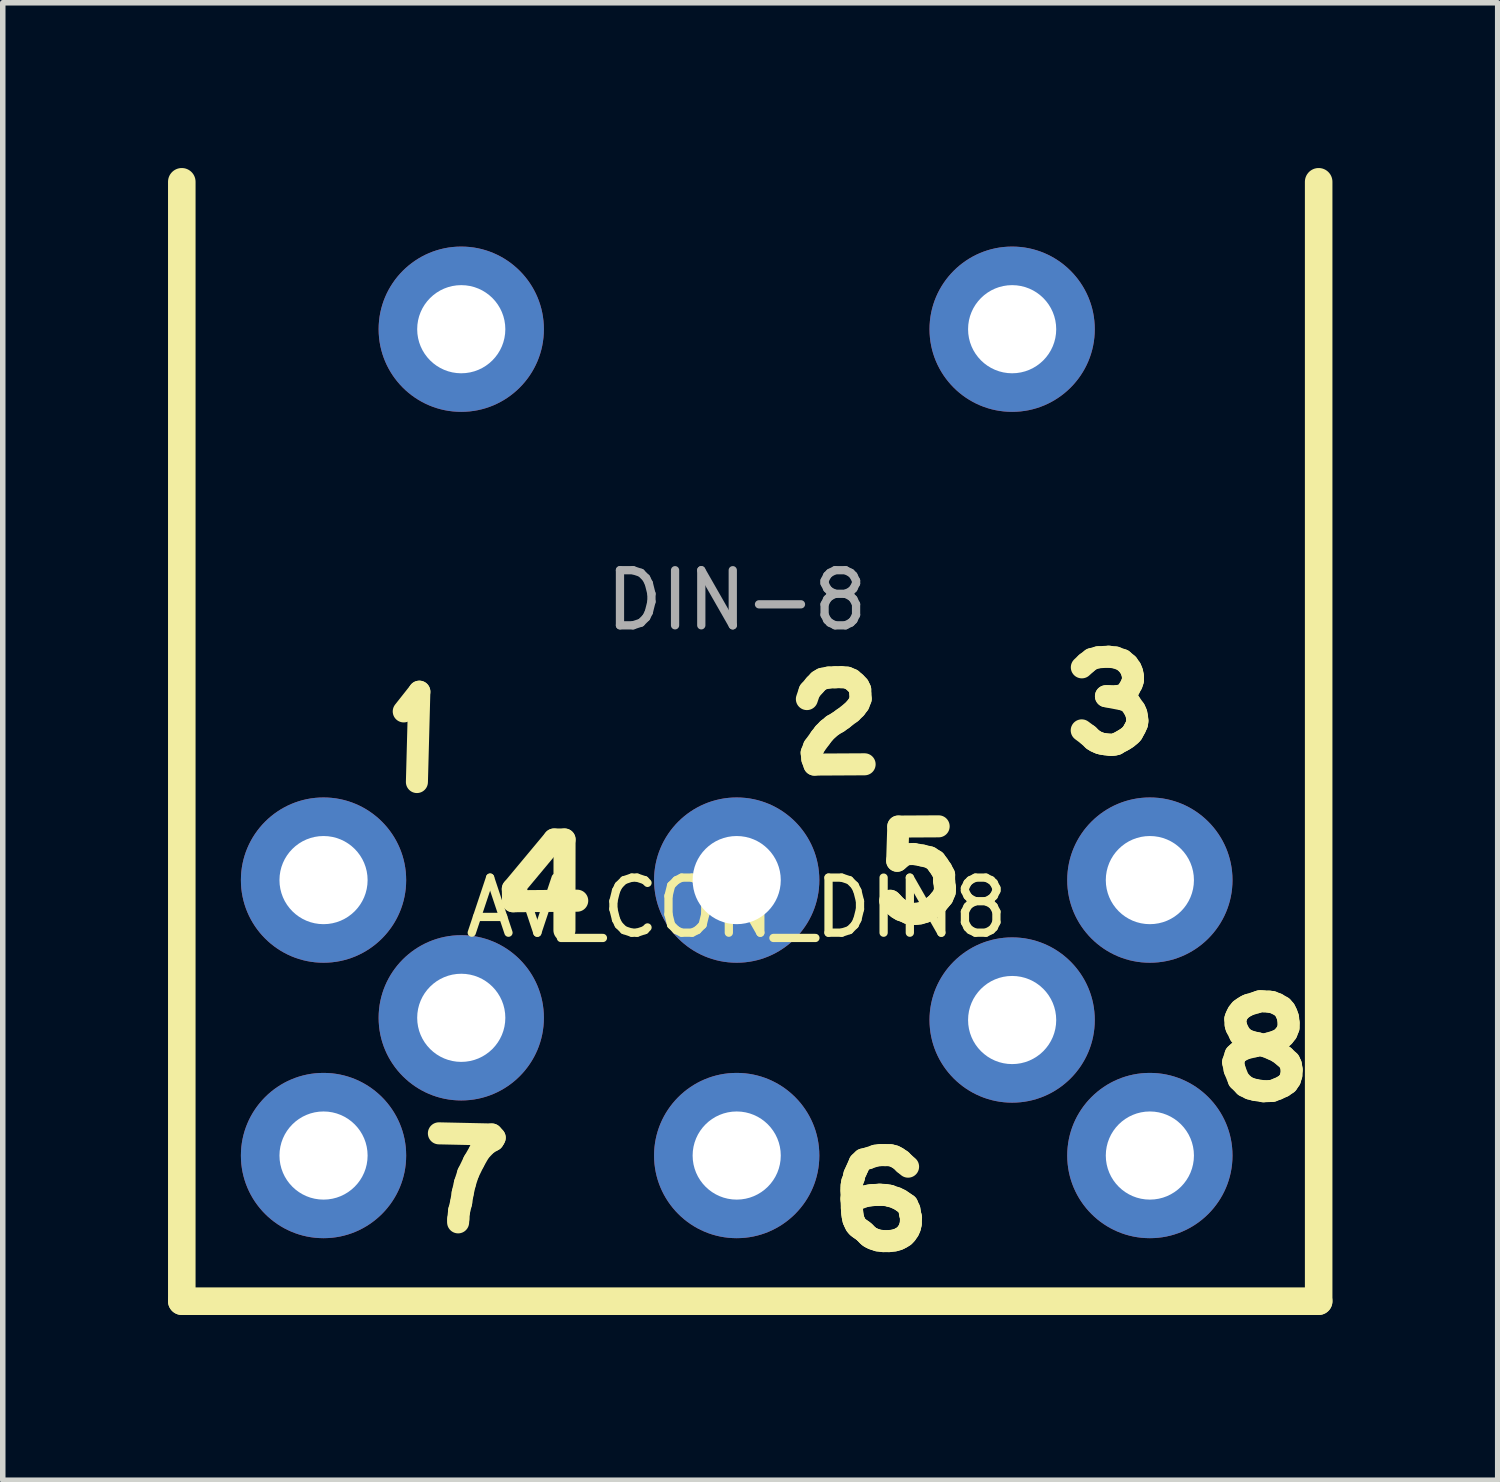
<source format=kicad_pcb>
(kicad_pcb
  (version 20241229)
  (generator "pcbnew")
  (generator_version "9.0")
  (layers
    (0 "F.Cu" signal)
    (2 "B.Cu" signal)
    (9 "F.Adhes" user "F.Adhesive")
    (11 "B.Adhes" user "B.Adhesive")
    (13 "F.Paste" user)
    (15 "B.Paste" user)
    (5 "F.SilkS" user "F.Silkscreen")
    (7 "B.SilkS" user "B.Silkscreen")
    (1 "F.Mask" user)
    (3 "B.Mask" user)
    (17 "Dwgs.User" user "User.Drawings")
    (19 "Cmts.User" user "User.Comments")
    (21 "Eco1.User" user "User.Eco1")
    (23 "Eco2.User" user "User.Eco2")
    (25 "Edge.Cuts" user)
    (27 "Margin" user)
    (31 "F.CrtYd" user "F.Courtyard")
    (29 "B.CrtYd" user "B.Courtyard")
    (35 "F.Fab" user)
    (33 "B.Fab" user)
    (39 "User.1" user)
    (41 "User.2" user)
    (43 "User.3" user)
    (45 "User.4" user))
  (footprint "AV_CON_DIN8"
    (layer "F.Cu")
    (at 10.323 12.926)
    (property "Reference" "AV_CON_DIN8" (at 0 0.5 0) (layer "F.SilkS") (effects (font (size 1 1) (thickness 0.15))))
    (attr through_hole)
    (fp_line (start -10.073 -12.676) (end -10.073 7.644) (stroke (width 0.5) (type solid)) (layer "F.SilkS"))
    (fp_line (start -10.073 7.644) (end 10.564 7.644) (stroke (width 0.5) (type solid)) (layer "F.SilkS"))
    (fp_line (start -6.044 -3.062) (end -5.761 -3.42) (stroke (width 0.4) (type solid)) (layer "F.SilkS"))
    (fp_line (start -5.761 -3.42) (end -5.805 -1.78) (stroke (width 0.4) (type solid)) (layer "F.SilkS"))
    (fp_line (start -5.406 4.597) (end -4.445 4.618) (stroke (width 0.4) (type solid)) (layer "F.SilkS"))
    (fp_line (start -5.054 6.155) (end -5.057 6.213) (stroke (width 0.4) (type solid)) (layer "F.SilkS"))
    (fp_line (start -5.039 6.005) (end -5.054 6.155) (stroke (width 0.4) (type solid)) (layer "F.SilkS"))
    (fp_line (start -5.002 5.855) (end -5.039 6.005) (stroke (width 0.4) (type solid)) (layer "F.SilkS"))
    (fp_line (start -4.974 5.681) (end -5.002 5.855) (stroke (width 0.4) (type solid)) (layer "F.SilkS"))
    (fp_line (start -4.934 5.506) (end -4.974 5.681) (stroke (width 0.4) (type solid)) (layer "F.SilkS"))
    (fp_line (start -4.876 5.325) (end -4.934 5.506) (stroke (width 0.4) (type solid)) (layer "F.SilkS"))
    (fp_line (start -4.772 5.111) (end -4.876 5.325) (stroke (width 0.4) (type solid)) (layer "F.SilkS"))
    (fp_line (start -4.665 4.924) (end -4.772 5.111) (stroke (width 0.4) (type solid)) (layer "F.SilkS"))
    (fp_line (start -4.536 4.79) (end -4.665 4.924) (stroke (width 0.4) (type solid)) (layer "F.SilkS"))
    (fp_line (start -4.445 4.618) (end -4.393 4.676) (stroke (width 0.4) (type solid)) (layer "F.SilkS"))
    (fp_line (start -4.42 4.722) (end -4.536 4.79) (stroke (width 0.4) (type solid)) (layer "F.SilkS"))
    (fp_line (start -4.393 4.676) (end -4.42 4.722) (stroke (width 0.4) (type solid)) (layer "F.SilkS"))
    (fp_line (start -4.064 0.162) (end -3.315 -0.737) (stroke (width 0.4) (type solid)) (layer "F.SilkS"))
    (fp_line (start -4.059 0.384) (end -4.064 0.162) (stroke (width 0.4) (type solid)) (layer "F.SilkS"))
    (fp_line (start -3.315 -0.737) (end -3.125 -0.737) (stroke (width 0.4) (type solid)) (layer "F.SilkS"))
    (fp_line (start -3.125 -0.737) (end -3.127 0.911) (stroke (width 0.4) (type solid)) (layer "F.SilkS"))
    (fp_line (start -2.895 0.374) (end -4.059 0.384) (stroke (width 0.4) (type solid)) (layer "F.SilkS"))
    (fp_line (start 1.274 -3.286) (end 1.323 -3.43) (stroke (width 0.4) (type solid)) (layer "F.SilkS"))
    (fp_line (start 1.323 -3.43) (end 1.42 -3.543) (stroke (width 0.4) (type solid)) (layer "F.SilkS"))
    (fp_line (start 1.361 -2.311) (end 1.373 -2.198) (stroke (width 0.4) (type solid)) (layer "F.SilkS"))
    (fp_line (start 1.373 -2.198) (end 1.41 -2.097) (stroke (width 0.4) (type solid)) (layer "F.SilkS"))
    (fp_line (start 1.403 -2.42) (end 1.361 -2.311) (stroke (width 0.4) (type solid)) (layer "F.SilkS"))
    (fp_line (start 1.41 -2.097) (end 2.322 -2.102) (stroke (width 0.4) (type solid)) (layer "F.SilkS"))
    (fp_line (start 1.42 -3.543) (end 1.49 -3.616) (stroke (width 0.4) (type solid)) (layer "F.SilkS"))
    (fp_line (start 1.49 -3.616) (end 1.554 -3.654) (stroke (width 0.4) (type solid)) (layer "F.SilkS"))
    (fp_line (start 1.521 -2.584) (end 1.403 -2.42) (stroke (width 0.4) (type solid)) (layer "F.SilkS"))
    (fp_line (start 1.554 -3.654) (end 1.669 -3.677) (stroke (width 0.4) (type solid)) (layer "F.SilkS"))
    (fp_line (start 1.585 -2.667) (end 1.521 -2.584) (stroke (width 0.4) (type solid)) (layer "F.SilkS"))
    (fp_line (start 1.655 -2.738) (end 1.585 -2.667) (stroke (width 0.4) (type solid)) (layer "F.SilkS"))
    (fp_line (start 1.669 -3.677) (end 1.785 -3.682) (stroke (width 0.4) (type solid)) (layer "F.SilkS"))
    (fp_line (start 1.745 -2.811) (end 1.655 -2.738) (stroke (width 0.4) (type solid)) (layer "F.SilkS"))
    (fp_line (start 1.785 -3.682) (end 1.9 -3.684) (stroke (width 0.4) (type solid)) (layer "F.SilkS"))
    (fp_line (start 1.841 -2.867) (end 1.745 -2.811) (stroke (width 0.4) (type solid)) (layer "F.SilkS"))
    (fp_line (start 1.9 -3.684) (end 2.004 -3.675) (stroke (width 0.4) (type solid)) (layer "F.SilkS"))
    (fp_line (start 1.924 -2.926) (end 1.841 -2.867) (stroke (width 0.4) (type solid)) (layer "F.SilkS"))
    (fp_line (start 2.004 -3.675) (end 2.086 -3.64) (stroke (width 0.4) (type solid)) (layer "F.SilkS"))
    (fp_line (start 2.079 -3.044) (end 1.924 -2.926) (stroke (width 0.4) (type solid)) (layer "F.SilkS"))
    (fp_line (start 2.084 5.617) (end 2.086 5.667) (stroke (width 0.4) (type solid)) (layer "F.SilkS"))
    (fp_line (start 2.084 5.798) (end 2.091 5.954) (stroke (width 0.4) (type solid)) (layer "F.SilkS"))
    (fp_line (start 2.086 5.548) (end 2.084 5.617) (stroke (width 0.4) (type solid)) (layer "F.SilkS"))
    (fp_line (start 2.086 5.667) (end 2.086 5.76) (stroke (width 0.4) (type solid)) (layer "F.SilkS"))
    (fp_line (start 2.086 5.76) (end 2.084 5.798) (stroke (width 0.4) (type solid)) (layer "F.SilkS"))
    (fp_line (start 2.086 -3.64) (end 2.155 -3.581) (stroke (width 0.4) (type solid)) (layer "F.SilkS"))
    (fp_line (start 2.091 5.954) (end 2.096 6.026) (stroke (width 0.4) (type solid)) (layer "F.SilkS"))
    (fp_line (start 2.096 5.484) (end 2.086 5.548) (stroke (width 0.4) (type solid)) (layer "F.SilkS"))
    (fp_line (start 2.096 6.026) (end 2.104 6.093) (stroke (width 0.4) (type solid)) (layer "F.SilkS"))
    (fp_line (start 2.104 6.093) (end 2.118 6.162) (stroke (width 0.4) (type solid)) (layer "F.SilkS"))
    (fp_line (start 2.118 6.162) (end 2.136 6.204) (stroke (width 0.4) (type solid)) (layer "F.SilkS"))
    (fp_line (start 2.127 5.399) (end 2.096 5.484) (stroke (width 0.4) (type solid)) (layer "F.SilkS"))
    (fp_line (start 2.136 5.347) (end 2.127 5.399) (stroke (width 0.4) (type solid)) (layer "F.SilkS"))
    (fp_line (start 2.136 6.204) (end 2.162 6.258) (stroke (width 0.4) (type solid)) (layer "F.SilkS"))
    (fp_line (start 2.155 -3.581) (end 2.211 -3.522) (stroke (width 0.4) (type solid)) (layer "F.SilkS"))
    (fp_line (start 2.157 -3.121) (end 2.079 -3.044) (stroke (width 0.4) (type solid)) (layer "F.SilkS"))
    (fp_line (start 2.162 6.258) (end 2.194 6.296) (stroke (width 0.4) (type solid)) (layer "F.SilkS"))
    (fp_line (start 2.171 5.271) (end 2.136 5.347) (stroke (width 0.4) (type solid)) (layer "F.SilkS"))
    (fp_line (start 2.194 6.296) (end 2.232 6.325) (stroke (width 0.4) (type solid)) (layer "F.SilkS"))
    (fp_line (start 2.202 5.204) (end 2.171 5.271) (stroke (width 0.4) (type solid)) (layer "F.SilkS"))
    (fp_line (start 2.211 -3.522) (end 2.242 -3.458) (stroke (width 0.4) (type solid)) (layer "F.SilkS"))
    (fp_line (start 2.214 -3.197) (end 2.157 -3.121) (stroke (width 0.4) (type solid)) (layer "F.SilkS"))
    (fp_line (start 2.231 5.133) (end 2.202 5.204) (stroke (width 0.4) (type solid)) (layer "F.SilkS"))
    (fp_line (start 2.232 6.325) (end 2.287 6.363) (stroke (width 0.4) (type solid)) (layer "F.SilkS"))
    (fp_line (start 2.242 -3.458) (end 2.244 -3.385) (stroke (width 0.4) (type solid)) (layer "F.SilkS"))
    (fp_line (start 2.244 -3.385) (end 2.251 -3.291) (stroke (width 0.4) (type solid)) (layer "F.SilkS"))
    (fp_line (start 2.251 -3.291) (end 2.214 -3.197) (stroke (width 0.4) (type solid)) (layer "F.SilkS"))
    (fp_line (start 2.287 6.363) (end 2.325 6.394) (stroke (width 0.4) (type solid)) (layer "F.SilkS"))
    (fp_line (start 2.296 5.071) (end 2.231 5.133) (stroke (width 0.4) (type solid)) (layer "F.SilkS"))
    (fp_line (start 2.305 5.745) (end 2.216 5.782) (stroke (width 0.4) (type solid)) (layer "F.SilkS"))
    (fp_line (start 2.325 6.394) (end 2.372 6.443) (stroke (width 0.4) (type solid)) (layer "F.SilkS"))
    (fp_line (start 2.372 6.443) (end 2.406 6.474) (stroke (width 0.4) (type solid)) (layer "F.SilkS"))
    (fp_line (start 2.383 5.05) (end 2.296 5.071) (stroke (width 0.4) (type solid)) (layer "F.SilkS"))
    (fp_line (start 2.406 6.474) (end 2.446 6.497) (stroke (width 0.4) (type solid)) (layer "F.SilkS"))
    (fp_line (start 2.412 5.724) (end 2.305 5.745) (stroke (width 0.4) (type solid)) (layer "F.SilkS"))
    (fp_line (start 2.446 6.497) (end 2.491 6.517) (stroke (width 0.4) (type solid)) (layer "F.SilkS"))
    (fp_line (start 2.47 5.718) (end 2.412 5.724) (stroke (width 0.4) (type solid)) (layer "F.SilkS"))
    (fp_line (start 2.491 6.517) (end 2.564 6.541) (stroke (width 0.4) (type solid)) (layer "F.SilkS"))
    (fp_line (start 2.519 5.003) (end 2.383 5.05) (stroke (width 0.4) (type solid)) (layer "F.SilkS"))
    (fp_line (start 2.564 6.541) (end 2.658 6.553) (stroke (width 0.4) (type solid)) (layer "F.SilkS"))
    (fp_line (start 2.569 5.713) (end 2.47 5.718) (stroke (width 0.4) (type solid)) (layer "F.SilkS"))
    (fp_line (start 2.602 5.711) (end 2.569 5.713) (stroke (width 0.4) (type solid)) (layer "F.SilkS"))
    (fp_line (start 2.604 4.992) (end 2.519 5.003) (stroke (width 0.4) (type solid)) (layer "F.SilkS"))
    (fp_line (start 2.658 6.553) (end 2.767 6.553) (stroke (width 0.4) (type solid)) (layer "F.SilkS"))
    (fp_line (start 2.689 5.716) (end 2.602 5.711) (stroke (width 0.4) (type solid)) (layer "F.SilkS"))
    (fp_line (start 2.696 4.992) (end 2.604 4.992) (stroke (width 0.4) (type solid)) (layer "F.SilkS"))
    (fp_line (start 2.761 5.727) (end 2.689 5.716) (stroke (width 0.4) (type solid)) (layer "F.SilkS"))
    (fp_line (start 2.767 6.553) (end 2.859 6.542) (stroke (width 0.4) (type solid)) (layer "F.SilkS"))
    (fp_line (start 2.787 5.733) (end 2.761 5.727) (stroke (width 0.4) (type solid)) (layer "F.SilkS"))
    (fp_line (start 2.792 4.994) (end 2.696 4.992) (stroke (width 0.4) (type solid)) (layer "F.SilkS"))
    (fp_line (start 2.794 0.378) (end 2.786 0.374) (stroke (width 0.4) (type solid)) (layer "F.SilkS"))
    (fp_line (start 2.829 0.414) (end 2.794 0.378) (stroke (width 0.4) (type solid)) (layer "F.SilkS"))
    (fp_line (start 2.853 0.445) (end 2.829 0.414) (stroke (width 0.4) (type solid)) (layer "F.SilkS"))
    (fp_line (start 2.859 6.542) (end 2.93 6.522) (stroke (width 0.4) (type solid)) (layer "F.SilkS"))
    (fp_line (start 2.861 5.012) (end 2.792 4.994) (stroke (width 0.4) (type solid)) (layer "F.SilkS"))
    (fp_line (start 2.885 0.473) (end 2.853 0.445) (stroke (width 0.4) (type solid)) (layer "F.SilkS"))
    (fp_line (start 2.897 5.771) (end 2.787 5.733) (stroke (width 0.4) (type solid)) (layer "F.SilkS"))
    (fp_line (start 2.913 -0.351) (end 3.06 -0.47) (stroke (width 0.4) (type solid)) (layer "F.SilkS"))
    (fp_line (start 2.917 5.042) (end 2.861 5.012) (stroke (width 0.4) (type solid)) (layer "F.SilkS"))
    (fp_line (start 2.925 0.509) (end 2.885 0.473) (stroke (width 0.4) (type solid)) (layer "F.SilkS"))
    (fp_line (start 2.93 6.522) (end 2.986 6.494) (stroke (width 0.4) (type solid)) (layer "F.SilkS"))
    (fp_line (start 2.933 -0.972) (end 2.913 -0.351) (stroke (width 0.4) (type solid)) (layer "F.SilkS"))
    (fp_line (start 2.97 5.807) (end 2.897 5.771) (stroke (width 0.4) (type solid)) (layer "F.SilkS"))
    (fp_line (start 2.985 0.545) (end 2.925 0.509) (stroke (width 0.4) (type solid)) (layer "F.SilkS"))
    (fp_line (start 2.986 5.088) (end 2.917 5.042) (stroke (width 0.4) (type solid)) (layer "F.SilkS"))
    (fp_line (start 2.986 6.494) (end 3.039 6.461) (stroke (width 0.4) (type solid)) (layer "F.SilkS"))
    (fp_line (start 3.031 5.849) (end 2.97 5.807) (stroke (width 0.4) (type solid)) (layer "F.SilkS"))
    (fp_line (start 3.039 5.142) (end 2.986 5.088) (stroke (width 0.4) (type solid)) (layer "F.SilkS"))
    (fp_line (start 3.039 6.461) (end 3.077 6.421) (stroke (width 0.4) (type solid)) (layer "F.SilkS"))
    (fp_line (start 3.044 0.565) (end 2.985 0.545) (stroke (width 0.4) (type solid)) (layer "F.SilkS"))
    (fp_line (start 3.06 -0.47) (end 3.212 -0.474) (stroke (width 0.4) (type solid)) (layer "F.SilkS"))
    (fp_line (start 3.077 6.421) (end 3.12 6.359) (stroke (width 0.4) (type solid)) (layer "F.SilkS"))
    (fp_line (start 3.095 5.892) (end 3.031 5.849) (stroke (width 0.4) (type solid)) (layer "F.SilkS"))
    (fp_line (start 3.111 5.202) (end 3.039 5.142) (stroke (width 0.4) (type solid)) (layer "F.SilkS"))
    (fp_line (start 3.12 0.601) (end 3.044 0.565) (stroke (width 0.4) (type solid)) (layer "F.SilkS"))
    (fp_line (start 3.12 6.359) (end 3.145 6.301) (stroke (width 0.4) (type solid)) (layer "F.SilkS"))
    (fp_line (start 3.135 5.981) (end 3.095 5.892) (stroke (width 0.4) (type solid)) (layer "F.SilkS"))
    (fp_line (start 3.145 6.301) (end 3.16 6.238) (stroke (width 0.4) (type solid)) (layer "F.SilkS"))
    (fp_line (start 3.147 6.057) (end 3.135 5.981) (stroke (width 0.4) (type solid)) (layer "F.SilkS"))
    (fp_line (start 3.16 6.238) (end 3.164 6.124) (stroke (width 0.4) (type solid)) (layer "F.SilkS"))
    (fp_line (start 3.164 6.124) (end 3.147 6.057) (stroke (width 0.4) (type solid)) (layer "F.SilkS"))
    (fp_line (start 3.18 0.617) (end 3.12 0.601) (stroke (width 0.4) (type solid)) (layer "F.SilkS"))
    (fp_line (start 3.212 -0.474) (end 3.371 -0.446) (stroke (width 0.4) (type solid)) (layer "F.SilkS"))
    (fp_line (start 3.244 0.613) (end 3.18 0.617) (stroke (width 0.4) (type solid)) (layer "F.SilkS"))
    (fp_line (start 3.323 0.605) (end 3.244 0.613) (stroke (width 0.4) (type solid)) (layer "F.SilkS"))
    (fp_line (start 3.371 -0.446) (end 3.502 -0.414) (stroke (width 0.4) (type solid)) (layer "F.SilkS"))
    (fp_line (start 3.407 0.581) (end 3.323 0.605) (stroke (width 0.4) (type solid)) (layer "F.SilkS"))
    (fp_line (start 3.454 0.557) (end 3.407 0.581) (stroke (width 0.4) (type solid)) (layer "F.SilkS"))
    (fp_line (start 3.502 -0.414) (end 3.602 -0.351) (stroke (width 0.4) (type solid)) (layer "F.SilkS"))
    (fp_line (start 3.526 0.509) (end 3.454 0.557) (stroke (width 0.4) (type solid)) (layer "F.SilkS"))
    (fp_line (start 3.602 -0.351) (end 3.658 -0.275) (stroke (width 0.4) (type solid)) (layer "F.SilkS"))
    (fp_line (start 3.606 0.453) (end 3.526 0.509) (stroke (width 0.4) (type solid)) (layer "F.SilkS"))
    (fp_line (start 3.638 0.425) (end 3.606 0.453) (stroke (width 0.4) (type solid)) (layer "F.SilkS"))
    (fp_line (start 3.658 -0.275) (end 3.717 -0.188) (stroke (width 0.4) (type solid)) (layer "F.SilkS"))
    (fp_line (start 3.666 -0.976) (end 2.933 -0.972) (stroke (width 0.4) (type solid)) (layer "F.SilkS"))
    (fp_line (start 3.689 0.362) (end 3.638 0.425) (stroke (width 0.4) (type solid)) (layer "F.SilkS"))
    (fp_line (start 3.717 -0.188) (end 3.765 -0.096) (stroke (width 0.4) (type solid)) (layer "F.SilkS"))
    (fp_line (start 3.737 0.306) (end 3.689 0.362) (stroke (width 0.4) (type solid)) (layer "F.SilkS"))
    (fp_line (start 3.765 -0.096) (end 3.765 0.015) (stroke (width 0.4) (type solid)) (layer "F.SilkS"))
    (fp_line (start 3.765 0.015) (end 3.781 0.139) (stroke (width 0.4) (type solid)) (layer "F.SilkS"))
    (fp_line (start 3.777 0.211) (end 3.737 0.306) (stroke (width 0.4) (type solid)) (layer "F.SilkS"))
    (fp_line (start 3.781 0.139) (end 3.777 0.211) (stroke (width 0.4) (type solid)) (layer "F.SilkS"))
    (fp_line (start 6.265 -3.862) (end 6.348 -3.939) (stroke (width 0.4) (type solid)) (layer "F.SilkS"))
    (fp_line (start 6.348 -3.939) (end 6.443 -4.012) (stroke (width 0.4) (type solid)) (layer "F.SilkS"))
    (fp_line (start 6.381 -2.63) (end 6.263 -2.718) (stroke (width 0.4) (type solid)) (layer "F.SilkS"))
    (fp_line (start 6.443 -4.012) (end 6.562 -4.045) (stroke (width 0.4) (type solid)) (layer "F.SilkS"))
    (fp_line (start 6.471 -2.546) (end 6.381 -2.63) (stroke (width 0.4) (type solid)) (layer "F.SilkS"))
    (fp_line (start 6.524 -2.514) (end 6.471 -2.546) (stroke (width 0.4) (type solid)) (layer "F.SilkS"))
    (fp_line (start 6.562 -4.045) (end 6.752 -4.055) (stroke (width 0.4) (type solid)) (layer "F.SilkS"))
    (fp_line (start 6.586 -2.487) (end 6.524 -2.514) (stroke (width 0.4) (type solid)) (layer "F.SilkS"))
    (fp_line (start 6.627 -2.476) (end 6.586 -2.487) (stroke (width 0.4) (type solid)) (layer "F.SilkS"))
    (fp_line (start 6.694 -2.465) (end 6.627 -2.476) (stroke (width 0.4) (type solid)) (layer "F.SilkS"))
    (fp_line (start 6.703 -3.338) (end 7.022 -3.276) (stroke (width 0.4) (type solid)) (layer "F.SilkS"))
    (fp_line (start 6.752 -4.055) (end 6.877 -4.041) (stroke (width 0.4) (type solid)) (layer "F.SilkS"))
    (fp_line (start 6.763 -2.458) (end 6.694 -2.465) (stroke (width 0.4) (type solid)) (layer "F.SilkS"))
    (fp_line (start 6.767 -3.336) (end 6.703 -3.338) (stroke (width 0.4) (type solid)) (layer "F.SilkS"))
    (fp_line (start 6.796 -2.456) (end 6.763 -2.458) (stroke (width 0.4) (type solid)) (layer "F.SilkS"))
    (fp_line (start 6.843 -2.458) (end 6.796 -2.456) (stroke (width 0.4) (type solid)) (layer "F.SilkS"))
    (fp_line (start 6.877 -4.041) (end 7.006 -3.994) (stroke (width 0.4) (type solid)) (layer "F.SilkS"))
    (fp_line (start 6.89 -2.467) (end 6.843 -2.458) (stroke (width 0.4) (type solid)) (layer "F.SilkS"))
    (fp_line (start 6.917 -3.34) (end 6.767 -3.336) (stroke (width 0.4) (type solid)) (layer "F.SilkS"))
    (fp_line (start 6.921 -2.487) (end 6.89 -2.467) (stroke (width 0.4) (type solid)) (layer "F.SilkS"))
    (fp_line (start 6.993 -2.525) (end 6.921 -2.487) (stroke (width 0.4) (type solid)) (layer "F.SilkS"))
    (fp_line (start 7.006 -3.994) (end 7.096 -3.918) (stroke (width 0.4) (type solid)) (layer "F.SilkS"))
    (fp_line (start 7.019 -3.363) (end 6.917 -3.34) (stroke (width 0.4) (type solid)) (layer "F.SilkS"))
    (fp_line (start 7.022 -3.276) (end 7.124 -3.238) (stroke (width 0.4) (type solid)) (layer "F.SilkS"))
    (fp_line (start 7.04 -2.552) (end 6.993 -2.525) (stroke (width 0.4) (type solid)) (layer "F.SilkS"))
    (fp_line (start 7.075 -3.398) (end 7.019 -3.363) (stroke (width 0.4) (type solid)) (layer "F.SilkS"))
    (fp_line (start 7.089 -2.584) (end 7.04 -2.552) (stroke (width 0.4) (type solid)) (layer "F.SilkS"))
    (fp_line (start 7.096 -3.918) (end 7.151 -3.84) (stroke (width 0.4) (type solid)) (layer "F.SilkS"))
    (fp_line (start 7.124 -3.474) (end 7.075 -3.398) (stroke (width 0.4) (type solid)) (layer "F.SilkS"))
    (fp_line (start 7.124 -3.238) (end 7.225 -3.092) (stroke (width 0.4) (type solid)) (layer "F.SilkS"))
    (fp_line (start 7.145 -2.63) (end 7.089 -2.584) (stroke (width 0.4) (type solid)) (layer "F.SilkS"))
    (fp_line (start 7.151 -3.84) (end 7.178 -3.773) (stroke (width 0.4) (type solid)) (layer "F.SilkS"))
    (fp_line (start 7.171 -3.561) (end 7.124 -3.474) (stroke (width 0.4) (type solid)) (layer "F.SilkS"))
    (fp_line (start 7.178 -3.773) (end 7.193 -3.7) (stroke (width 0.4) (type solid)) (layer "F.SilkS"))
    (fp_line (start 7.18 -2.666) (end 7.145 -2.63) (stroke (width 0.4) (type solid)) (layer "F.SilkS"))
    (fp_line (start 7.193 -3.7) (end 7.193 -3.628) (stroke (width 0.4) (type solid)) (layer "F.SilkS"))
    (fp_line (start 7.193 -3.628) (end 7.171 -3.561) (stroke (width 0.4) (type solid)) (layer "F.SilkS"))
    (fp_line (start 7.211 -2.724) (end 7.18 -2.666) (stroke (width 0.4) (type solid)) (layer "F.SilkS"))
    (fp_line (start 7.225 -3.092) (end 7.254 -3.025) (stroke (width 0.4) (type solid)) (layer "F.SilkS"))
    (fp_line (start 7.238 -2.773) (end 7.211 -2.724) (stroke (width 0.4) (type solid)) (layer "F.SilkS"))
    (fp_line (start 7.254 -3.025) (end 7.267 -2.954) (stroke (width 0.4) (type solid)) (layer "F.SilkS"))
    (fp_line (start 7.267 -2.954) (end 7.274 -2.892) (stroke (width 0.4) (type solid)) (layer "F.SilkS"))
    (fp_line (start 7.267 -2.838) (end 7.238 -2.773) (stroke (width 0.4) (type solid)) (layer "F.SilkS"))
    (fp_line (start 7.274 -2.892) (end 7.267 -2.838) (stroke (width 0.4) (type solid)) (layer "F.SilkS"))
    (fp_line (start 9.011 3.305) (end 9.039 3.441) (stroke (width 0.4) (type solid)) (layer "F.SilkS"))
    (fp_line (start 9.039 3.441) (end 9.113 3.626) (stroke (width 0.4) (type solid)) (layer "F.SilkS"))
    (fp_line (start 9.051 2.523) (end 9.069 2.472) (stroke (width 0.4) (type solid)) (layer "F.SilkS"))
    (fp_line (start 9.055 3.17) (end 9.011 3.305) (stroke (width 0.4) (type solid)) (layer "F.SilkS"))
    (fp_line (start 9.057 2.623) (end 9.051 2.523) (stroke (width 0.4) (type solid)) (layer "F.SilkS"))
    (fp_line (start 9.069 2.472) (end 9.1 2.41) (stroke (width 0.4) (type solid)) (layer "F.SilkS"))
    (fp_line (start 9.071 2.673) (end 9.057 2.623) (stroke (width 0.4) (type solid)) (layer "F.SilkS"))
    (fp_line (start 9.1 2.41) (end 9.145 2.353) (stroke (width 0.4) (type solid)) (layer "F.SilkS"))
    (fp_line (start 9.109 3.121) (end 9.055 3.17) (stroke (width 0.4) (type solid)) (layer "F.SilkS"))
    (fp_line (start 9.113 3.626) (end 9.223 3.737) (stroke (width 0.4) (type solid)) (layer "F.SilkS"))
    (fp_line (start 9.138 2.807) (end 9.071 2.673) (stroke (width 0.4) (type solid)) (layer "F.SilkS"))
    (fp_line (start 9.145 2.353) (end 9.194 2.318) (stroke (width 0.4) (type solid)) (layer "F.SilkS"))
    (fp_line (start 9.194 2.318) (end 9.247 2.285) (stroke (width 0.4) (type solid)) (layer "F.SilkS"))
    (fp_line (start 9.194 2.865) (end 9.138 2.807) (stroke (width 0.4) (type solid)) (layer "F.SilkS"))
    (fp_line (start 9.223 3.737) (end 9.319 3.785) (stroke (width 0.4) (type solid)) (layer "F.SilkS"))
    (fp_line (start 9.227 3.059) (end 9.109 3.121) (stroke (width 0.4) (type solid)) (layer "F.SilkS"))
    (fp_line (start 9.247 2.285) (end 9.292 2.264) (stroke (width 0.4) (type solid)) (layer "F.SilkS"))
    (fp_line (start 9.261 2.907) (end 9.194 2.865) (stroke (width 0.4) (type solid)) (layer "F.SilkS"))
    (fp_line (start 9.292 2.264) (end 9.437 2.22) (stroke (width 0.4) (type solid)) (layer "F.SilkS"))
    (fp_line (start 9.319 3.785) (end 9.41 3.809) (stroke (width 0.4) (type solid)) (layer "F.SilkS"))
    (fp_line (start 9.365 2.943) (end 9.261 2.907) (stroke (width 0.4) (type solid)) (layer "F.SilkS"))
    (fp_line (start 9.399 3.017) (end 9.227 3.059) (stroke (width 0.4) (type solid)) (layer "F.SilkS"))
    (fp_line (start 9.41 3.809) (end 9.562 3.833) (stroke (width 0.4) (type solid)) (layer "F.SilkS"))
    (fp_line (start 9.437 2.22) (end 9.497 2.199) (stroke (width 0.4) (type solid)) (layer "F.SilkS"))
    (fp_line (start 9.462 2.963) (end 9.365 2.943) (stroke (width 0.4) (type solid)) (layer "F.SilkS"))
    (fp_line (start 9.497 2.199) (end 9.551 2.199) (stroke (width 0.4) (type solid)) (layer "F.SilkS"))
    (fp_line (start 9.557 2.99) (end 9.399 3.017) (stroke (width 0.4) (type solid)) (layer "F.SilkS"))
    (fp_line (start 9.562 3.833) (end 9.722 3.827) (stroke (width 0.4) (type solid)) (layer "F.SilkS"))
    (fp_line (start 9.593 2.204) (end 9.662 2.206) (stroke (width 0.4) (type solid)) (layer "F.SilkS"))
    (fp_line (start 9.595 3.017) (end 9.462 2.963) (stroke (width 0.4) (type solid)) (layer "F.SilkS"))
    (fp_line (start 9.651 2.967) (end 9.557 2.99) (stroke (width 0.4) (type solid)) (layer "F.SilkS"))
    (fp_line (start 9.662 2.206) (end 9.718 2.213) (stroke (width 0.4) (type solid)) (layer "F.SilkS"))
    (fp_line (start 9.718 2.213) (end 9.807 2.248) (stroke (width 0.4) (type solid)) (layer "F.SilkS"))
    (fp_line (start 9.722 3.827) (end 9.812 3.793) (stroke (width 0.4) (type solid)) (layer "F.SilkS"))
    (fp_line (start 9.723 3.068) (end 9.595 3.017) (stroke (width 0.4) (type solid)) (layer "F.SilkS"))
    (fp_line (start 9.794 2.923) (end 9.651 2.967) (stroke (width 0.4) (type solid)) (layer "F.SilkS"))
    (fp_line (start 9.807 2.248) (end 9.903 2.304) (stroke (width 0.4) (type solid)) (layer "F.SilkS"))
    (fp_line (start 9.812 3.793) (end 9.915 3.746) (stroke (width 0.4) (type solid)) (layer "F.SilkS"))
    (fp_line (start 9.83 3.121) (end 9.723 3.068) (stroke (width 0.4) (type solid)) (layer "F.SilkS"))
    (fp_line (start 9.863 2.894) (end 9.794 2.923) (stroke (width 0.4) (type solid)) (layer "F.SilkS"))
    (fp_line (start 9.903 2.304) (end 9.95 2.358) (stroke (width 0.4) (type solid)) (layer "F.SilkS"))
    (fp_line (start 9.915 3.746) (end 9.995 3.691) (stroke (width 0.4) (type solid)) (layer "F.SilkS"))
    (fp_line (start 9.93 2.833) (end 9.863 2.894) (stroke (width 0.4) (type solid)) (layer "F.SilkS"))
    (fp_line (start 9.937 3.202) (end 9.83 3.121) (stroke (width 0.4) (type solid)) (layer "F.SilkS"))
    (fp_line (start 9.95 2.358) (end 9.982 2.423) (stroke (width 0.4) (type solid)) (layer "F.SilkS"))
    (fp_line (start 9.982 2.423) (end 10.008 2.496) (stroke (width 0.4) (type solid)) (layer "F.SilkS"))
    (fp_line (start 9.982 2.767) (end 9.93 2.833) (stroke (width 0.4) (type solid)) (layer "F.SilkS"))
    (fp_line (start 9.995 3.691) (end 10.044 3.619) (stroke (width 0.4) (type solid)) (layer "F.SilkS"))
    (fp_line (start 10.008 2.496) (end 10.019 2.594) (stroke (width 0.4) (type solid)) (layer "F.SilkS"))
    (fp_line (start 10.017 2.679) (end 9.982 2.767) (stroke (width 0.4) (type solid)) (layer "F.SilkS"))
    (fp_line (start 10.019 2.594) (end 10.017 2.679) (stroke (width 0.4) (type solid)) (layer "F.SilkS"))
    (fp_line (start 10.031 3.291) (end 9.937 3.202) (stroke (width 0.4) (type solid)) (layer "F.SilkS"))
    (fp_line (start 10.044 3.619) (end 10.068 3.541) (stroke (width 0.4) (type solid)) (layer "F.SilkS"))
    (fp_line (start 10.06 3.354) (end 10.031 3.291) (stroke (width 0.4) (type solid)) (layer "F.SilkS"))
    (fp_line (start 10.068 3.541) (end 10.075 3.445) (stroke (width 0.4) (type solid)) (layer "F.SilkS"))
    (fp_line (start 10.075 3.445) (end 10.06 3.354) (stroke (width 0.4) (type solid)) (layer "F.SilkS"))
    (fp_line (start 10.564 7.644) (end 10.564 -12.676) (stroke (width 0.5) (type solid)) (layer "F.SilkS"))
    (fp_text user "DIN-8" (at 0 -5.08 0) (layer "F.Fab") (effects (font (size 1 1) (thickness 0.15))))
    (pad "1" thru_hole circle (at -7.5 0) (size 3 3) (drill 1.6) (layers "*.Cu" "*.Mask"))
    (pad "2" thru_hole circle (at 0 0) (size 3 3) (drill 1.6) (layers "*.Cu" "*.Mask"))
    (pad "3" thru_hole circle (at 7.5 0) (size 3 3) (drill 1.6) (layers "*.Cu" "*.Mask"))
    (pad "4" thru_hole circle (at -5 2.5) (size 3 3) (drill 1.6) (layers "*.Cu" "*.Mask"))
    (pad "5" thru_hole circle (at 5 2.54) (size 3 3) (drill 1.6) (layers "*.Cu" "*.Mask"))
    (pad "6" thru_hole circle (at 0 5) (size 3 3) (drill 1.6) (layers "*.Cu" "*.Mask"))
    (pad "7" thru_hole circle (at -7.5 5) (size 3 3) (drill 1.6) (layers "*.Cu" "*.Mask"))
    (pad "8" thru_hole circle (at 7.5 5) (size 3 3) (drill 1.6) (layers "*.Cu" "*.Mask"))
    (pad "~" thru_hole circle (at -5 -10) (size 3 3) (drill 1.6) (layers "*.Cu" "*.Mask"))
    (pad "~" thru_hole circle (at 5 -10) (size 3 3) (drill 1.6) (layers "*.Cu" "*.Mask")))
  (gr_rect
    (start -3 -3)
    (end 24.137 23.82)
    (stroke (width 0.1) (type default))
    (fill no)
    (layer "Edge.Cuts")))
</source>
